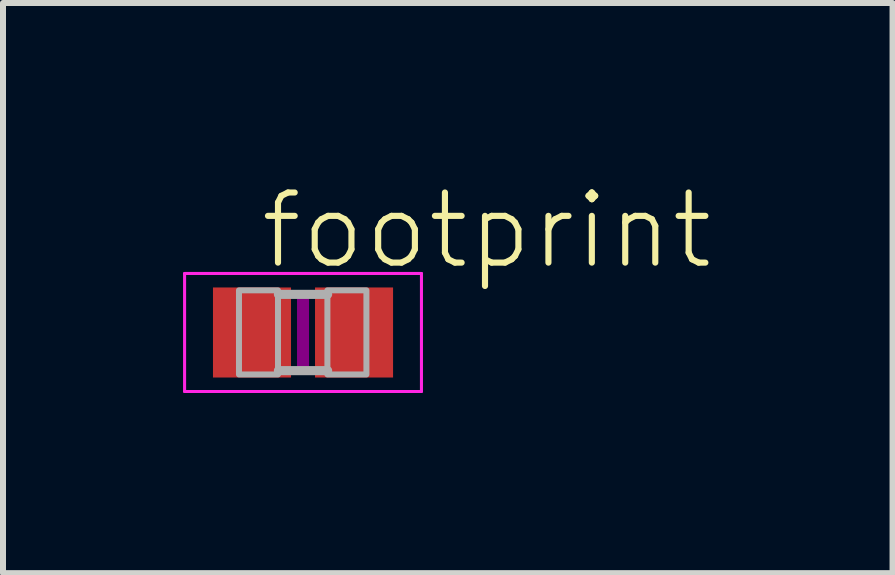
<source format=kicad_pcb>
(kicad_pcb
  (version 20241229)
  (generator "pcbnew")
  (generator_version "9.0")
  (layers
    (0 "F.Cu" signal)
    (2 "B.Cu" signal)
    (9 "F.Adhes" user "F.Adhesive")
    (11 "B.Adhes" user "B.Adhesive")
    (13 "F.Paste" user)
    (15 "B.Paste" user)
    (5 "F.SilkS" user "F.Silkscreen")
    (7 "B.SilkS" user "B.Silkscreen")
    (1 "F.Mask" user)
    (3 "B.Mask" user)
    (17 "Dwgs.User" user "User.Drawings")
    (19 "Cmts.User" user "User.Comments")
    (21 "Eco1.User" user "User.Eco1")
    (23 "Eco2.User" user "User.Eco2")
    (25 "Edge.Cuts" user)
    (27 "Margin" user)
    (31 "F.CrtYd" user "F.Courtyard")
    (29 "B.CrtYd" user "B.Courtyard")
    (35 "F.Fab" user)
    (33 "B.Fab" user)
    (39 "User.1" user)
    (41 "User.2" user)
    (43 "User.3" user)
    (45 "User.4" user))
  (footprint "footprint"
    (layer "F.Cu")
    (at 1.998 2.489)
    (property "Reference" "footprint" (at -0.762 -1.016 0) (layer "F.SilkS") (effects (font (size 1.168 1.168) (thickness 0.102)) (justify left bottom)))
    (fp_poly (pts (xy -0.1 0.6) (xy 0.1 0.6) (xy 0.1 -0.6) (xy -0.1 -0.6)) (stroke (width 0) (type solid)) (fill yes) (layer "F.Adhes"))
    (fp_line (start -1.973 -0.983) (end 1.973 -0.983) (stroke (width 0.051) (type solid)) (layer "F.CrtYd"))
    (fp_line (start -1.973 0.983) (end -1.973 -0.983) (stroke (width 0.051) (type solid)) (layer "F.CrtYd"))
    (fp_line (start 1.973 -0.983) (end 1.973 0.983) (stroke (width 0.051) (type solid)) (layer "F.CrtYd"))
    (fp_line (start 1.973 0.983) (end -1.973 0.983) (stroke (width 0.051) (type solid)) (layer "F.CrtYd"))
    (fp_line (start -0.41 -0.635) (end 0.41 -0.635) (stroke (width 0.152) (type solid)) (layer "F.Fab"))
    (fp_line (start -0.41 0.635) (end 0.41 0.635) (stroke (width 0.152) (type solid)) (layer "F.Fab"))
    (fp_poly (pts (xy -1.067 0.699) (xy -0.417 0.699) (xy -0.417 -0.702) (xy -1.067 -0.702)) (stroke (width 0.1) (type solid)) (fill no) (layer "F.Fab"))
    (fp_poly (pts (xy 0.406 0.699) (xy 1.056 0.699) (xy 1.056 -0.702) (xy 0.406 -0.702)) (stroke (width 0.1) (type solid)) (fill no) (layer "F.Fab"))
    (pad "1" smd rect (at -0.85 0) (size 1.3 1.5) (layers "F.Cu" "F.Mask" "F.Paste"))
    (pad "2" smd rect (at 0.85 0) (size 1.3 1.5) (layers "F.Cu" "F.Mask" "F.Paste")))
  (gr_rect
    (start -3 -3)
    (end 11.819 6.498)
    (stroke (width 0.1) (type default))
    (fill no)
    (layer "Edge.Cuts")))
</source>
